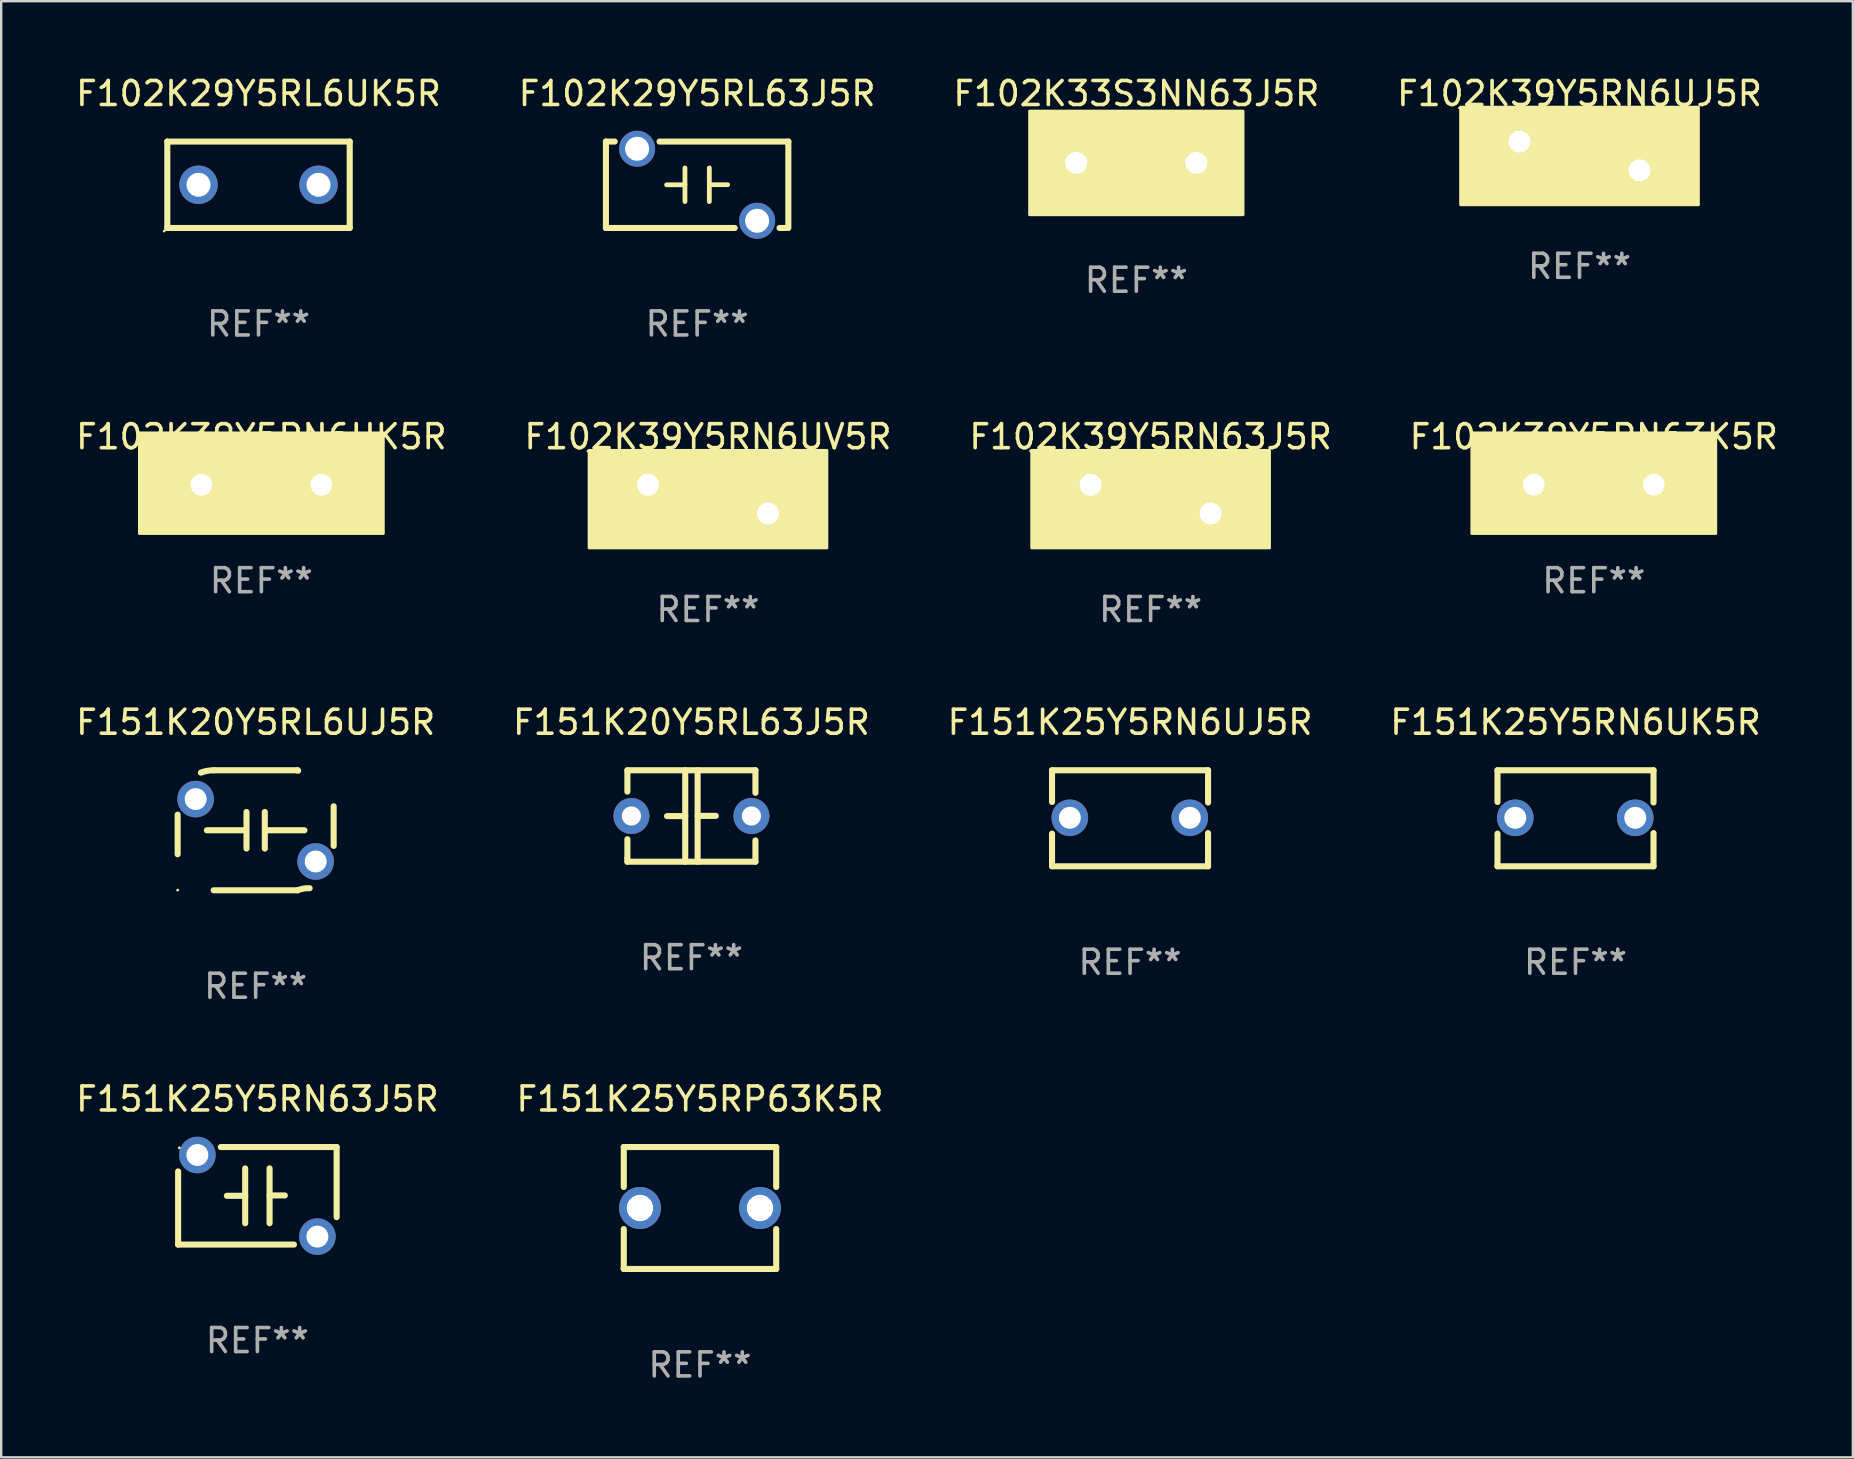
<source format=kicad_pcb>
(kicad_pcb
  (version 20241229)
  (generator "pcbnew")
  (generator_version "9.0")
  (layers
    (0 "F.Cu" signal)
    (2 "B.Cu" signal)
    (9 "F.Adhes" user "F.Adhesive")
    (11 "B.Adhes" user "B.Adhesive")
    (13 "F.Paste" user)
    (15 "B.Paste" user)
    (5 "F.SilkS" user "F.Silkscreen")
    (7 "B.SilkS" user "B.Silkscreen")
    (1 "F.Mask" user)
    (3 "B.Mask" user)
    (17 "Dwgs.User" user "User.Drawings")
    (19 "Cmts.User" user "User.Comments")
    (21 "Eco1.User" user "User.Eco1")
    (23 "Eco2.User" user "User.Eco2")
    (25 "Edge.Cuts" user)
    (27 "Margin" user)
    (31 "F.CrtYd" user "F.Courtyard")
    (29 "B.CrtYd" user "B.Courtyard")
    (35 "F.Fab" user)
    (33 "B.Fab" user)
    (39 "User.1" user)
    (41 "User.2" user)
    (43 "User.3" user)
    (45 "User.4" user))
  (footprint "F102K29Y5RL6UK5R"
    (layer "F.Cu")
    (at 7.72 4.648)
    (property "Reference" "F102K29Y5RL6UK5R" (at 0 -3.8 0) (layer "F.SilkS") (effects (font (size 1 1) (thickness 0.15))))
    (attr through_hole)
    (fp_line (start -3.8 -1.8) (end 3.8 -1.8) (stroke (width 0.254) (type solid)) (layer "F.SilkS"))
    (fp_line (start -3.8 1.8) (end -3.8 -1.8) (stroke (width 0.254) (type solid)) (layer "F.SilkS"))
    (fp_line (start 3.8 -1.8) (end 3.8 1.8) (stroke (width 0.254) (type solid)) (layer "F.SilkS"))
    (fp_line (start 3.8 1.8) (end -3.8 1.8) (stroke (width 0.254) (type solid)) (layer "F.SilkS"))
    (fp_circle (center -3.927 1.927) (end -3.897 1.927) (stroke (width 0.06) (type solid)) (fill no) (layer "F.SilkS"))
    (fp_text user "REF**" (at 0 5.8 0) (layer "F.Fab") (effects (font (size 1 1) (thickness 0.15))))
    (pad "1" thru_hole circle (at -2.5 0) (size 1.6 1.6) (drill 1) (layers "*.Cu" "*.Mask"))
    (pad "2" thru_hole circle (at 2.5 0) (size 1.6 1.6) (drill 1) (layers "*.Cu" "*.Mask")))
  (footprint "F102K39Y5RN6UV5R"
    (layer "F.Cu")
    (at 26.446 17.745)
    (property "Reference" "F102K39Y5RN6UV5R" (at 0 -2.6 0) (layer "F.SilkS") (effects (font (size 1 1) (thickness 0.15))))
    (attr through_hole)
    (fp_circle (center -5 -2) (end -4.97 -2) (stroke (width 0.06) (type solid)) (fill no) (layer "F.SilkS"))
    (fp_poly (pts (xy -4.953 -2.032) (xy 4.953 -2.032) (xy 4.953 2.032) (xy -4.953 2.032)) (stroke (width 0.12) (type solid)) (fill yes) (layer "F.SilkS"))
    (fp_text user "REF**" (at 0 4.6 0) (layer "F.Fab") (effects (font (size 1 1) (thickness 0.15))))
    (pad "1" thru_hole circle (at -2.5 -0.6) (size 1.524 1.524) (drill 0.914) (layers "*.Cu" "*.Mask"))
    (pad "2" thru_hole circle (at 2.5 0.6) (size 1.524 1.524) (drill 0.914) (layers "*.Cu" "*.Mask")))
  (footprint "F102K39Y5RN6UJ5R"
    (layer "F.Cu")
    (at 62.756 3.448)
    (property "Reference" "F102K39Y5RN6UJ5R" (at 0 -2.6 0) (layer "F.SilkS") (effects (font (size 1 1) (thickness 0.15))))
    (attr through_hole)
    (fp_circle (center -5 -2) (end -4.97 -2) (stroke (width 0.06) (type solid)) (fill no) (layer "F.SilkS"))
    (fp_poly (pts (xy -4.953 -2.032) (xy 4.953 -2.032) (xy 4.953 2.032) (xy -4.953 2.032)) (stroke (width 0.12) (type solid)) (fill yes) (layer "F.SilkS"))
    (fp_text user "REF**" (at 0 4.6 0) (layer "F.Fab") (effects (font (size 1 1) (thickness 0.15))))
    (pad "1" thru_hole circle (at -2.5 -0.6) (size 1.524 1.524) (drill 0.914) (layers "*.Cu" "*.Mask"))
    (pad "2" thru_hole circle (at 2.5 0.6) (size 1.524 1.524) (drill 0.914) (layers "*.Cu" "*.Mask")))
  (footprint "F151K25Y5RP63K5R"
    (layer "F.Cu")
    (at 26.113 47.278)
    (property "Reference" "F151K25Y5RP63K5R" (at 0 -4.54 0) (layer "F.SilkS") (effects (font (size 1 1) (thickness 0.15))))
    (attr through_hole)
    (fp_line (start -3.175 -2.54) (end -3.175 -0.876) (stroke (width 0.254) (type solid)) (layer "F.SilkS"))
    (fp_line (start -3.175 0.876) (end -3.175 2.54) (stroke (width 0.254) (type solid)) (layer "F.SilkS"))
    (fp_line (start -3.175 2.54) (end 3.175 2.54) (stroke (width 0.254) (type solid)) (layer "F.SilkS"))
    (fp_line (start 3.175 -2.54) (end -3.175 -2.54) (stroke (width 0.254) (type solid)) (layer "F.SilkS"))
    (fp_line (start 3.175 -0.876) (end 3.175 -2.54) (stroke (width 0.254) (type solid)) (layer "F.SilkS"))
    (fp_line (start 3.175 2.54) (end 3.175 0.876) (stroke (width 0.254) (type solid)) (layer "F.SilkS"))
    (fp_circle (center -3.25 2.5) (end -3.22 2.5) (stroke (width 0.06) (type solid)) (fill no) (layer "F.SilkS"))
    (fp_text user "REF**" (at 0 6.54 0) (layer "F.Fab") (effects (font (size 1 1) (thickness 0.15))))
    (pad "1" thru_hole circle (at -2.5 0) (size 1.75 1.75) (drill 1.1) (layers "*.Cu" "*.Mask"))
    (pad "2" thru_hole circle (at 2.5 0) (size 1.75 1.75) (drill 1.1) (layers "*.Cu" "*.Mask")))
  (footprint "F151K25Y5RN6UK5R"
    (layer "F.Cu")
    (at 62.589 31.041)
    (property "Reference" "F151K25Y5RN6UK5R" (at 0 -4 0) (layer "F.SilkS") (effects (font (size 1 1) (thickness 0.15))))
    (attr through_hole)
    (fp_line (start -3.25 -2) (end -3.25 -0.68) (stroke (width 0.254) (type solid)) (layer "F.SilkS"))
    (fp_line (start -3.25 -2) (end 3.25 -2) (stroke (width 0.254) (type solid)) (layer "F.SilkS"))
    (fp_line (start -3.25 0.64) (end -3.25 2) (stroke (width 0.254) (type solid)) (layer "F.SilkS"))
    (fp_line (start 3.25 -2) (end 3.25 -0.657) (stroke (width 0.254) (type solid)) (layer "F.SilkS"))
    (fp_line (start 3.25 0.617) (end 3.25 2) (stroke (width 0.254) (type solid)) (layer "F.SilkS"))
    (fp_line (start 3.25 2) (end -3.25 2) (stroke (width 0.254) (type solid)) (layer "F.SilkS"))
    (fp_circle (center -3.26 1.98) (end -3.23 1.98) (stroke (width 0.06) (type solid)) (fill no) (layer "F.SilkS"))
    (fp_text user "REF**" (at 0 6 0) (layer "F.Fab") (effects (font (size 1 1) (thickness 0.15))))
    (pad "1" thru_hole circle (at -2.509 -0.02) (size 1.524 1.524) (drill 0.914) (layers "*.Cu" "*.Mask"))
    (pad "2" thru_hole circle (at 2.489 -0.02) (size 1.524 1.524) (drill 0.914) (layers "*.Cu" "*.Mask")))
  (footprint "F102K33S3NN63J5R"
    (layer "F.Cu")
    (at 44.292 3.737)
    (property "Reference" "F102K33S3NN63J5R" (at 0 -2.889 0) (layer "F.SilkS") (effects (font (size 1 1) (thickness 0.15))))
    (attr through_hole)
    (fp_line (start -0.508 0) (end -1.27 0) (stroke (width 0.254) (type solid)) (layer "F.SilkS"))
    (fp_line (start -0.508 0.889) (end -0.508 -0.889) (stroke (width 0.254) (type solid)) (layer "F.SilkS"))
    (fp_line (start 0.508 -0.889) (end 0.508 0.889) (stroke (width 0.254) (type solid)) (layer "F.SilkS"))
    (fp_line (start 0.508 0) (end 1.27 0) (stroke (width 0.254) (type solid)) (layer "F.SilkS"))
    (fp_circle (center -4.25 2) (end -4.22 2) (stroke (width 0.06) (type solid)) (fill no) (layer "F.SilkS"))
    (fp_poly (pts (xy -4.445 -2.159) (xy 4.445 -2.159) (xy 4.445 2.159) (xy -4.445 2.159)) (stroke (width 0.12) (type solid)) (fill yes) (layer "F.SilkS"))
    (fp_text user "REF**" (at 0 4.889 0) (layer "F.Fab") (effects (font (size 1 1) (thickness 0.15))))
    (pad "1" thru_hole circle (at -2.5 0) (size 1.524 1.524) (drill 0.914) (layers "*.Cu" "*.Mask"))
    (pad "2" thru_hole circle (at 2.5 0) (size 1.524 1.524) (drill 0.914) (layers "*.Cu" "*.Mask")))
  (footprint "F151K20Y5RL63J5R"
    (layer "F.Cu")
    (at 25.756 30.946)
    (property "Reference" "F151K20Y5RL63J5R" (at 0 -3.905 0) (layer "F.SilkS") (effects (font (size 1 1) (thickness 0.15))))
    (attr through_hole)
    (fp_line (start -2.667 -1.905) (end -2.667 -1.016) (stroke (width 0.254) (type solid)) (layer "F.SilkS"))
    (fp_line (start -2.667 0.967) (end -2.667 1.905) (stroke (width 0.254) (type solid)) (layer "F.SilkS"))
    (fp_line (start -2.667 1.905) (end 2.667 1.905) (stroke (width 0.254) (type solid)) (layer "F.SilkS"))
    (fp_line (start -0.258 0.005) (end -1.016 0.005) (stroke (width 0.254) (type solid)) (layer "F.SilkS"))
    (fp_line (start -0.258 1.905) (end -0.258 -1.905) (stroke (width 0.254) (type solid)) (layer "F.SilkS"))
    (fp_line (start 0.258 -1.905) (end 0.258 1.905) (stroke (width 0.254) (type solid)) (layer "F.SilkS"))
    (fp_line (start 0.258 -0.005) (end 1.016 -0.005) (stroke (width 0.254) (type solid)) (layer "F.SilkS"))
    (fp_line (start 2.667 -1.905) (end -2.667 -1.905) (stroke (width 0.254) (type solid)) (layer "F.SilkS"))
    (fp_line (start 2.667 -0.967) (end 2.667 -1.905) (stroke (width 0.254) (type solid)) (layer "F.SilkS"))
    (fp_line (start 2.667 1.905) (end 2.667 1.016) (stroke (width 0.254) (type solid)) (layer "F.SilkS"))
    (fp_circle (center -2.75 1.75) (end -2.72 1.75) (stroke (width 0.06) (type solid)) (fill no) (layer "F.SilkS"))
    (fp_text user "REF**" (at 0 5.905 0) (layer "F.Fab") (effects (font (size 1 1) (thickness 0.15))))
    (pad "1" thru_hole circle (at -2.5 0) (size 1.5 1.5) (drill 0.8) (layers "*.Cu" "*.Mask"))
    (pad "2" thru_hole circle (at 2.5 0) (size 1.5 1.5) (drill 0.8) (layers "*.Cu" "*.Mask")))
  (footprint "F102K39Y5RN6UK5R"
    (layer "F.Cu")
    (at 7.839 17.145)
    (property "Reference" "F102K39Y5RN6UK5R" (at 0 -2 0) (layer "F.SilkS") (effects (font (size 1 1) (thickness 0.15))))
    (attr through_hole)
    (fp_circle (center -5 2) (end -4.97 2) (stroke (width 0.06) (type solid)) (fill no) (layer "F.SilkS"))
    (fp_poly (pts (xy -5.08 -2.159) (xy 5.08 -2.159) (xy 5.08 2.032) (xy -5.08 2.032)) (stroke (width 0.12) (type solid)) (fill yes) (layer "F.SilkS"))
    (fp_text user "REF**" (at 0 4 0) (layer "F.Fab") (effects (font (size 1 1) (thickness 0.15))))
    (pad "1" thru_hole circle (at -2.5 0) (size 1.524 1.524) (drill 0.9) (layers "*.Cu" "*.Mask"))
    (pad "2" thru_hole circle (at 2.5 0) (size 1.524 1.524) (drill 0.9) (layers "*.Cu" "*.Mask")))
  (footprint "F151K25Y5RN63J5R"
    (layer "F.Cu")
    (at 7.673 46.77)
    (property "Reference" "F151K25Y5RN63J5R" (at 0 -4.032 0) (layer "F.SilkS") (effects (font (size 1 1) (thickness 0.15))))
    (attr through_hole)
    (fp_line (start -3.302 2.032) (end -3.302 -1.016) (stroke (width 0.254) (type solid)) (layer "F.SilkS"))
    (fp_line (start -3.302 2.032) (end 1.524 2.032) (stroke (width 0.254) (type solid)) (layer "F.SilkS"))
    (fp_line (start -1.524 -2.032) (end 3.302 -2.032) (stroke (width 0.254) (type solid)) (layer "F.SilkS"))
    (fp_line (start -1.27 0) (end -0.508 0) (stroke (width 0.254) (type solid)) (layer "F.SilkS"))
    (fp_line (start -0.508 1.143) (end -0.508 -1.143) (stroke (width 0.254) (type solid)) (layer "F.SilkS"))
    (fp_line (start 0.508 -0.016) (end 1.143 -0.016) (stroke (width 0.254) (type solid)) (layer "F.SilkS"))
    (fp_line (start 0.508 1.143) (end 0.508 -1.143) (stroke (width 0.254) (type solid)) (layer "F.SilkS"))
    (fp_line (start 3.302 -2.032) (end 3.302 0.889) (stroke (width 0.254) (type solid)) (layer "F.SilkS"))
    (fp_circle (center -3.25 -2) (end -3.22 -2) (stroke (width 0.06) (type solid)) (fill no) (layer "F.SilkS"))
    (fp_text user "REF**" (at 0 6.032 0) (layer "F.Fab") (effects (font (size 1 1) (thickness 0.15))))
    (pad "1" thru_hole circle (at -2.5 -1.7) (size 1.524 1.524) (drill 0.914) (layers "*.Cu" "*.Mask"))
    (pad "2" thru_hole circle (at 2.5 1.7) (size 1.524 1.524) (drill 0.914) (layers "*.Cu" "*.Mask")))
  (footprint "F151K25Y5RN6UJ5R"
    (layer "F.Cu")
    (at 44.03 31.041)
    (property "Reference" "F151K25Y5RN6UJ5R" (at 0 -4 0) (layer "F.SilkS") (effects (font (size 1 1) (thickness 0.15))))
    (attr through_hole)
    (fp_line (start -3.25 -2) (end -3.25 -0.68) (stroke (width 0.254) (type solid)) (layer "F.SilkS"))
    (fp_line (start -3.25 -2) (end 3.25 -2) (stroke (width 0.254) (type solid)) (layer "F.SilkS"))
    (fp_line (start -3.25 0.64) (end -3.25 2) (stroke (width 0.254) (type solid)) (layer "F.SilkS"))
    (fp_line (start 3.25 -2) (end 3.25 -0.657) (stroke (width 0.254) (type solid)) (layer "F.SilkS"))
    (fp_line (start 3.25 0.617) (end 3.25 2) (stroke (width 0.254) (type solid)) (layer "F.SilkS"))
    (fp_line (start 3.25 2) (end -3.25 2) (stroke (width 0.254) (type solid)) (layer "F.SilkS"))
    (fp_circle (center -3.26 1.98) (end -3.23 1.98) (stroke (width 0.06) (type solid)) (fill no) (layer "F.SilkS"))
    (fp_text user "REF**" (at 0 6 0) (layer "F.Fab") (effects (font (size 1 1) (thickness 0.15))))
    (pad "1" thru_hole circle (at -2.509 -0.02) (size 1.524 1.524) (drill 0.914) (layers "*.Cu" "*.Mask"))
    (pad "2" thru_hole circle (at 2.489 -0.02) (size 1.524 1.524) (drill 0.914) (layers "*.Cu" "*.Mask")))
  (footprint "F102K39Y5RN63J5R"
    (layer "F.Cu")
    (at 44.887 17.745)
    (property "Reference" "F102K39Y5RN63J5R" (at 0 -2.6 0) (layer "F.SilkS") (effects (font (size 1 1) (thickness 0.15))))
    (attr through_hole)
    (fp_circle (center -5 -2) (end -4.97 -2) (stroke (width 0.06) (type solid)) (fill no) (layer "F.SilkS"))
    (fp_poly (pts (xy -4.953 -2.032) (xy 4.953 -2.032) (xy 4.953 2.032) (xy -4.953 2.032)) (stroke (width 0.12) (type solid)) (fill yes) (layer "F.SilkS"))
    (fp_text user "REF**" (at 0 4.6 0) (layer "F.Fab") (effects (font (size 1 1) (thickness 0.15))))
    (pad "1" thru_hole circle (at -2.5 -0.6) (size 1.524 1.524) (drill 0.914) (layers "*.Cu" "*.Mask"))
    (pad "2" thru_hole circle (at 2.5 0.6) (size 1.524 1.524) (drill 0.914) (layers "*.Cu" "*.Mask")))
  (footprint "F151K20Y5RL6UJ5R"
    (layer "F.Cu")
    (at 7.601 31.541)
    (property "Reference" "F151K20Y5RL6UJ5R" (at 0 -4.5 0) (layer "F.SilkS") (effects (font (size 1 1) (thickness 0.15))))
    (attr through_hole)
    (fp_line (start -3.25 1) (end -3.25 -0.65) (stroke (width 0.254) (type solid)) (layer "F.SilkS"))
    (fp_line (start -1.75 2.5) (end 1.75 2.5) (stroke (width 0.254) (type solid)) (layer "F.SilkS"))
    (fp_line (start -0.508 0.000013) (end -2.032 0.000013) (stroke (width 0.254) (type solid)) (layer "F.SilkS"))
    (fp_line (start -0.381 -0.762) (end -0.381 0.762) (stroke (width 0.254) (type solid)) (layer "F.SilkS"))
    (fp_line (start 0.381 -0.762) (end 0.381 0.762) (stroke (width 0.254) (type solid)) (layer "F.SilkS"))
    (fp_line (start 0.508 0.000013) (end 2.032 0.000013) (stroke (width 0.254) (type solid)) (layer "F.SilkS"))
    (fp_line (start 1.75 -2.5) (end -1.75 -2.5) (stroke (width 0.254) (type solid)) (layer "F.SilkS"))
    (fp_line (start 3.25 0.65) (end 3.25 -1) (stroke (width 0.254) (type solid)) (layer "F.SilkS"))
    (fp_arc (start -2.282017 -2.402477) (mid -2.020435 -2.475425) (end -1.749987 -2.500013) (stroke (width 0.254001) (type solid)) (layer "F.SilkS"))
    (fp_arc (start 1.750012 2.500039) (mid 1.994821 2.429432) (end 2.249174 2.414542) (stroke (width 0.254001) (type solid)) (layer "F.SilkS"))
    (fp_arc (start 1.76817 -2.481824) (mid 1.759092 -2.490906) (end 1.750013 -2.499987) (stroke (width 0.254001) (type solid)) (layer "F.SilkS"))
    (fp_circle (center -3.25 2.493) (end -3.22 2.493) (stroke (width 0.06) (type solid)) (fill no) (layer "F.SilkS"))
    (fp_text user "REF**" (at 0 6.5 0) (layer "F.Fab") (effects (font (size 1 1) (thickness 0.15))))
    (pad "1" thru_hole circle (at -2.5 -1.3) (size 1.524 1.524) (drill 0.914) (layers "*.Cu" "*.Mask"))
    (pad "2" thru_hole circle (at 2.5 1.3) (size 1.524 1.524) (drill 0.914) (layers "*.Cu" "*.Mask")))
  (footprint "F102K39Y5RN63K5R"
    (layer "F.Cu")
    (at 63.351 17.145)
    (property "Reference" "F102K39Y5RN63K5R" (at 0 -2 0) (layer "F.SilkS") (effects (font (size 1 1) (thickness 0.15))))
    (attr through_hole)
    (fp_circle (center -5 2) (end -4.97 2) (stroke (width 0.06) (type solid)) (fill no) (layer "F.SilkS"))
    (fp_poly (pts (xy -5.08 -2.159) (xy 5.08 -2.159) (xy 5.08 2.032) (xy -5.08 2.032)) (stroke (width 0.12) (type solid)) (fill yes) (layer "F.SilkS"))
    (fp_text user "REF**" (at 0 4 0) (layer "F.Fab") (effects (font (size 1 1) (thickness 0.15))))
    (pad "1" thru_hole circle (at -2.5 0) (size 1.524 1.524) (drill 0.9) (layers "*.Cu" "*.Mask"))
    (pad "2" thru_hole circle (at 2.5 0) (size 1.524 1.524) (drill 0.9) (layers "*.Cu" "*.Mask")))
  (footprint "F102K29Y5RL63J5R"
    (layer "F.Cu")
    (at 25.994 4.648)
    (property "Reference" "F102K29Y5RL63J5R" (at 0 -3.8 0) (layer "F.SilkS") (effects (font (size 1 1) (thickness 0.15))))
    (attr through_hole)
    (fp_line (start -3.8 -1.8) (end -3.8 1.8) (stroke (width 0.254) (type solid)) (layer "F.SilkS"))
    (fp_line (start -3.8 -1.8) (end -3.434 -1.8) (stroke (width 0.254) (type solid)) (layer "F.SilkS"))
    (fp_line (start -3.8 1.8) (end 1.566 1.8) (stroke (width 0.254) (type solid)) (layer "F.SilkS"))
    (fp_line (start -1.566 -1.8) (end 3.8 -1.8) (stroke (width 0.254) (type solid)) (layer "F.SilkS"))
    (fp_line (start -0.508 -0.7) (end -0.508 0.7) (stroke (width 0.2) (type solid)) (layer "F.SilkS"))
    (fp_line (start -0.508 0.002) (end -1.27 0.002) (stroke (width 0.2) (type solid)) (layer "F.SilkS"))
    (fp_line (start 0.508 -0.003) (end 1.27 -0.003) (stroke (width 0.2) (type solid)) (layer "F.SilkS"))
    (fp_line (start 0.508 0.7) (end 0.508 -0.7) (stroke (width 0.2) (type solid)) (layer "F.SilkS"))
    (fp_line (start 3.434 1.8) (end 3.683 1.8) (stroke (width 0.254) (type solid)) (layer "F.SilkS"))
    (fp_line (start 3.8 -1.8) (end 3.8 1.8) (stroke (width 0.254) (type solid)) (layer "F.SilkS"))
    (fp_circle (center -3.75 -1.8) (end -3.72 -1.8) (stroke (width 0.06) (type solid)) (fill no) (layer "F.SilkS"))
    (fp_text user "REF**" (at 0 5.8 0) (layer "F.Fab") (effects (font (size 1 1) (thickness 0.15))))
    (pad "1" thru_hole circle (at -2.5 -1.5) (size 1.5 1.5) (drill 1) (layers "*.Cu" "*.Mask"))
    (pad "2" thru_hole circle (at 2.5 1.5) (size 1.5 1.5) (drill 1) (layers "*.Cu" "*.Mask")))
  (gr_rect
    (start -3 -3)
    (end 74.143 57.666)
    (stroke (width 0.1) (type default))
    (fill no)
    (layer "Edge.Cuts")))
</source>
